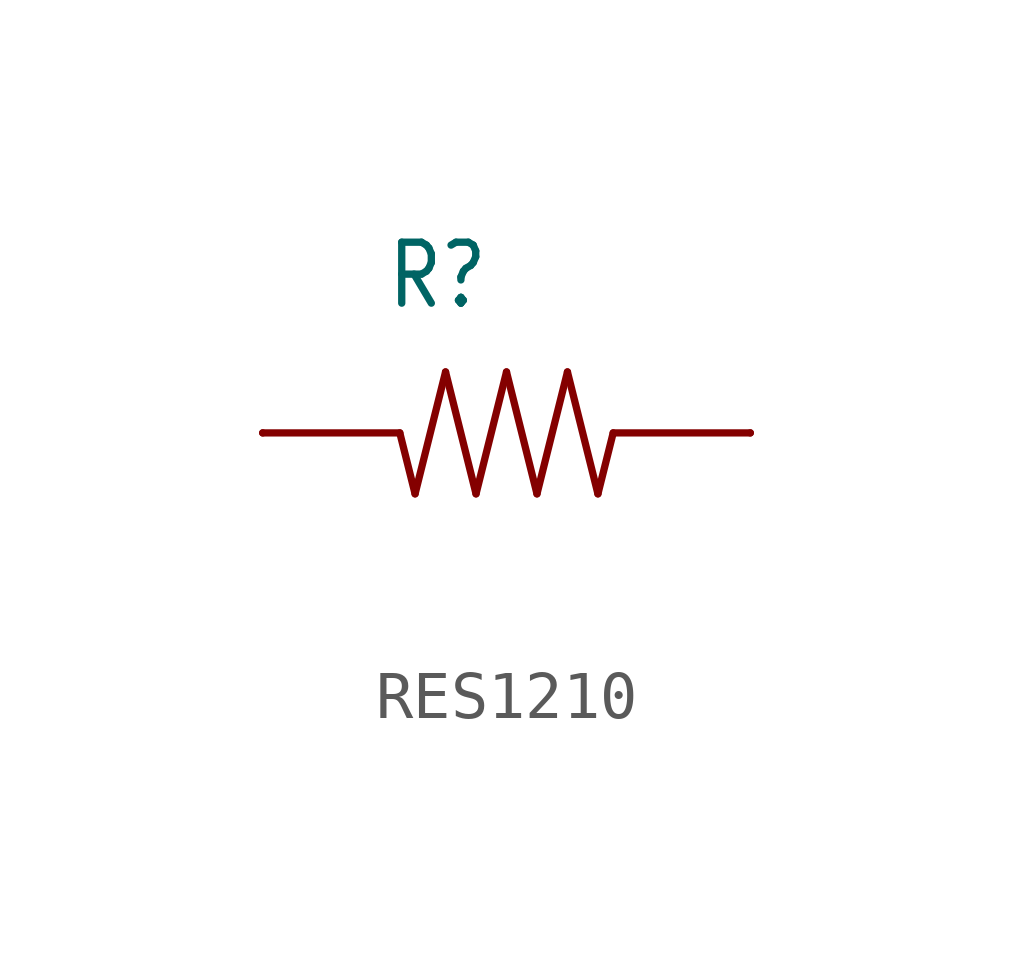
<source format=kicad_sym>
(kicad_symbol_lib
  (version 20231120)
  (generator "kicad_symbol_editor")
  (generator_version "8.0")
  (symbol "RES1210"
    (property "Reference" "R"
      (at -2.54 2.54 0)
      (effects (font (size 1.27 1.079)) (justify left bottom)))
    (property "Value" ""
      (at -2.54 -3.81 0)
      (effects (font (size 1.27 1.079)) (justify left bottom)))
    (property "ki_locked" ""
      (at 0 0 0)
      (effects (font (size 1.27 1.27))))
    (symbol "RES1210_1_0"
      (polyline (pts (xy -2.223 0) (xy -5.08 0)) (stroke (width 0.152) (type solid)) (fill (type none)))
      (polyline (pts (xy -1.905 -1.27) (xy -2.223 0)) (stroke (width 0.152) (type solid)) (fill (type none)))
      (polyline (pts (xy -1.905 -1.27) (xy -1.27 1.27)) (stroke (width 0.152) (type solid)) (fill (type none)))
      (polyline (pts (xy -0.635 -1.27) (xy -1.27 1.27)) (stroke (width 0.152) (type solid)) (fill (type none)))
      (polyline (pts (xy -0.635 -1.27) (xy 0 1.27)) (stroke (width 0.152) (type solid)) (fill (type none)))
      (polyline (pts (xy 0 1.27) (xy 0.635 -1.27)) (stroke (width 0.152) (type solid)) (fill (type none)))
      (polyline (pts (xy 0.635 -1.27) (xy 1.27 1.27)) (stroke (width 0.152) (type solid)) (fill (type none)))
      (polyline (pts (xy 1.27 1.27) (xy 1.905 -1.27)) (stroke (width 0.152) (type solid)) (fill (type none)))
      (polyline (pts (xy 1.905 -1.27) (xy 2.223 0)) (stroke (width 0.152) (type solid)) (fill (type none)))
      (polyline (pts (xy 2.223 0) (xy 5.08 0)) (stroke (width 0.152) (type solid)) (fill (type none)))
      (pin passive line (at -5.08 0 0) (length 0) (name "P$1" (effects (font (size 0 0)))) (number "1" (effects (font (size 0 0)))))
      (pin passive line (at 5.08 0 180) (length 0) (name "P$2" (effects (font (size 0 0)))) (number "2" (effects (font (size 0 0))))))))
</source>
